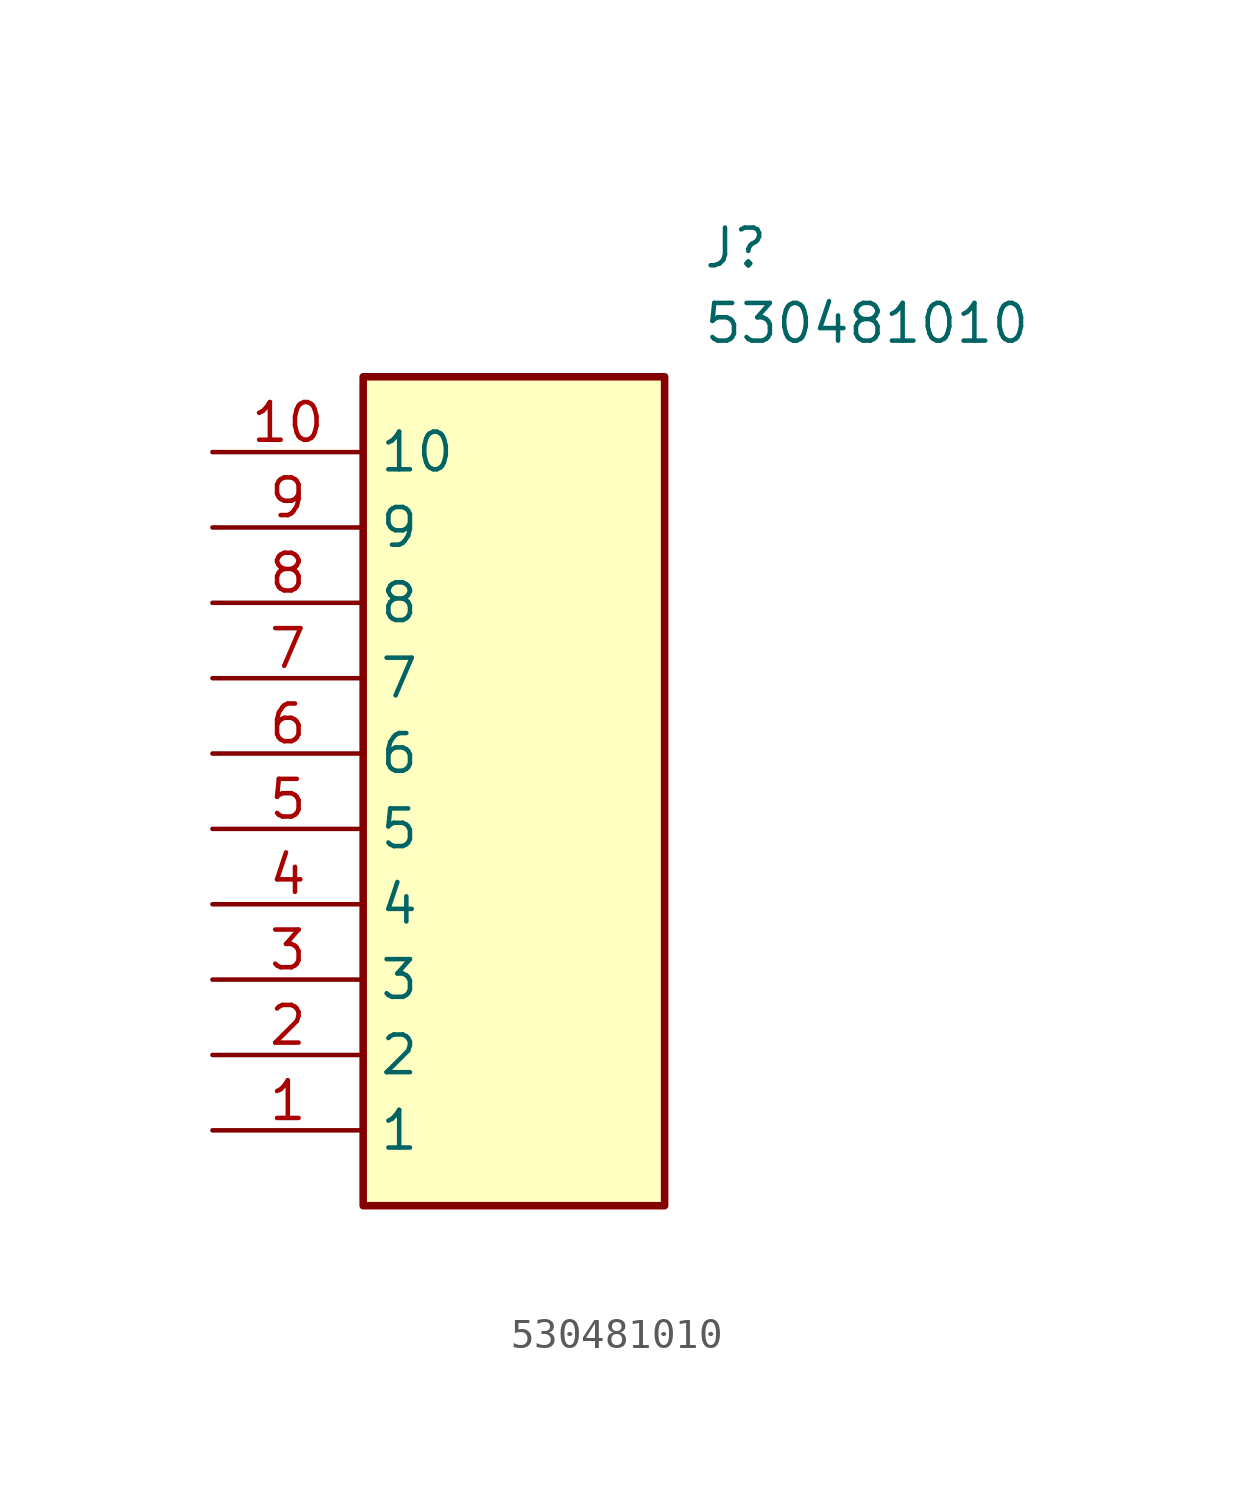
<source format=kicad_sym>
(kicad_symbol_lib
  (version 20211014)
  (generator SamacSys_ECAD_Model)
  (symbol "530481010"
    (property "Reference" "J"
      (at 16.51 7.62 0)
      (effects (font (size 1.27 1.27)) (justify left top)))
    (property "Value" "530481010"
      (at 16.51 5.08 0)
      (effects (font (size 1.27 1.27)) (justify left top)))
    (rectangle
      (start 5.08 2.54)
      (end 15.24 -25.4)
      (stroke (width 0.254) (type default))
      (fill (type background)))
    (pin passive line
      (at 0 -22.86 0)
      (length 5.08)
      (name "1" (effects (font (size 1.27 1.27))))
      (number "1" (effects (font (size 1.27 1.27)))))
    (pin passive line
      (at 0 -20.32 0)
      (length 5.08)
      (name "2" (effects (font (size 1.27 1.27))))
      (number "2" (effects (font (size 1.27 1.27)))))
    (pin passive line
      (at 0 -17.78 0)
      (length 5.08)
      (name "3" (effects (font (size 1.27 1.27))))
      (number "3" (effects (font (size 1.27 1.27)))))
    (pin passive line
      (at 0 -15.24 0)
      (length 5.08)
      (name "4" (effects (font (size 1.27 1.27))))
      (number "4" (effects (font (size 1.27 1.27)))))
    (pin passive line
      (at 0 -12.7 0)
      (length 5.08)
      (name "5" (effects (font (size 1.27 1.27))))
      (number "5" (effects (font (size 1.27 1.27)))))
    (pin passive line
      (at 0 -10.16 0)
      (length 5.08)
      (name "6" (effects (font (size 1.27 1.27))))
      (number "6" (effects (font (size 1.27 1.27)))))
    (pin passive line
      (at 0 -7.62 0)
      (length 5.08)
      (name "7" (effects (font (size 1.27 1.27))))
      (number "7" (effects (font (size 1.27 1.27)))))
    (pin passive line
      (at 0 -5.08 0)
      (length 5.08)
      (name "8" (effects (font (size 1.27 1.27))))
      (number "8" (effects (font (size 1.27 1.27)))))
    (pin passive line
      (at 0 -2.54 0)
      (length 5.08)
      (name "9" (effects (font (size 1.27 1.27))))
      (number "9" (effects (font (size 1.27 1.27)))))
    (pin passive line
      (at 0 0 0)
      (length 5.08)
      (name "10" (effects (font (size 1.27 1.27))))
      (number "10" (effects (font (size 1.27 1.27)))))))
</source>
